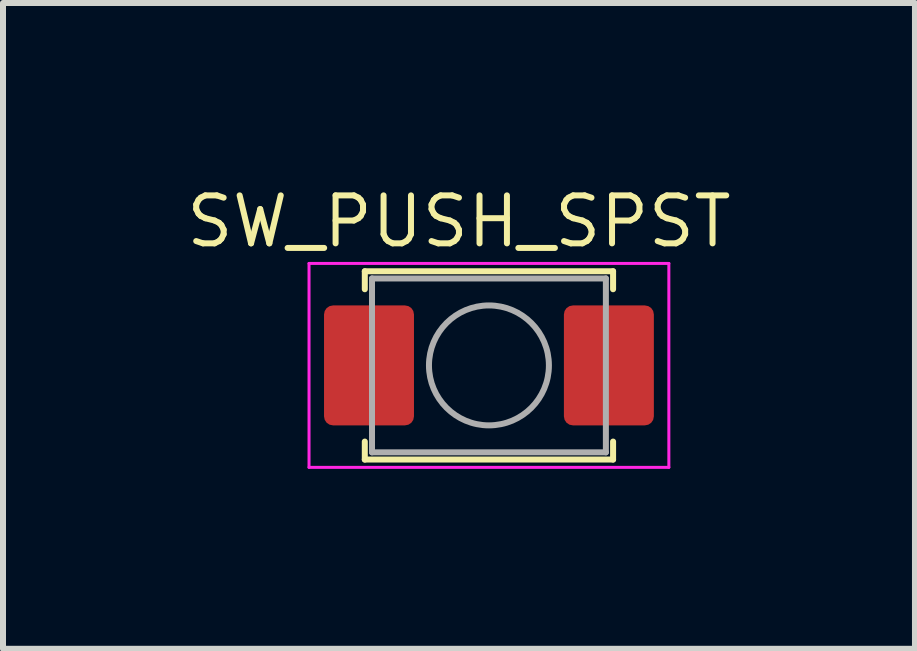
<source format=kicad_pcb>
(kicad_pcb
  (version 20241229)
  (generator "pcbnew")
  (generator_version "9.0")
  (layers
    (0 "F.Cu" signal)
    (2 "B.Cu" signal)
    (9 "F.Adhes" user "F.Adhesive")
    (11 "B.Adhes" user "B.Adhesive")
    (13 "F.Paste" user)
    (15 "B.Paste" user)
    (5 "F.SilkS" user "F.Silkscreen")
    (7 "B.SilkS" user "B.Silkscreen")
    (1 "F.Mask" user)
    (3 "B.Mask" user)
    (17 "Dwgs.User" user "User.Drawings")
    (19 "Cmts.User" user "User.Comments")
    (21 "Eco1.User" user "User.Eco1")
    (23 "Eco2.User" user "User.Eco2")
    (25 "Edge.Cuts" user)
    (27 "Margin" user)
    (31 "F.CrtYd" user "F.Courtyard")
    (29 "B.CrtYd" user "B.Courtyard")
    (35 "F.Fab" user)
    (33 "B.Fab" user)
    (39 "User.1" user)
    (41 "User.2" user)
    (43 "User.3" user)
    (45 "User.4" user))
  (footprint "SW_PUSH_SPST"
    (layer "F.Cu")
    (at 5.103 3.043)
    (property "Reference" "SW_PUSH_SPST" (at -0.5 -2.4 0) (unlocked yes) (layer "F.SilkS") (effects (font (size 0.8 0.8) (thickness 0.1))))
    (attr smd)
    (fp_line (start -2.07 -1.57) (end 2.07 -1.57) (stroke (width 0.1) (type solid)) (layer "F.SilkS"))
    (fp_line (start -2.07 -1.27) (end -2.07 -1.57) (stroke (width 0.1) (type solid)) (layer "F.SilkS"))
    (fp_line (start -2.07 1.57) (end -2.07 1.27) (stroke (width 0.1) (type solid)) (layer "F.SilkS"))
    (fp_line (start 2.07 -1.57) (end 2.07 -1.27) (stroke (width 0.1) (type solid)) (layer "F.SilkS"))
    (fp_line (start 2.07 1.27) (end 2.07 1.57) (stroke (width 0.1) (type solid)) (layer "F.SilkS"))
    (fp_line (start 2.07 1.57) (end -2.07 1.57) (stroke (width 0.1) (type solid)) (layer "F.SilkS"))
    (fp_line (start -3 -1.7) (end 3 -1.7) (stroke (width 0.05) (type solid)) (layer "F.CrtYd"))
    (fp_line (start -3 1.7) (end -3 -1.7) (stroke (width 0.05) (type solid)) (layer "F.CrtYd"))
    (fp_line (start 3 -1.7) (end 3 1.7) (stroke (width 0.05) (type solid)) (layer "F.CrtYd"))
    (fp_line (start 3 1.7) (end -3 1.7) (stroke (width 0.05) (type solid)) (layer "F.CrtYd"))
    (fp_line (start -1.95 -1.45) (end 1.95 -1.45) (stroke (width 0.1) (type solid)) (layer "F.Fab"))
    (fp_line (start -1.95 1.45) (end -1.95 -1.45) (stroke (width 0.1) (type solid)) (layer "F.Fab"))
    (fp_line (start 1.95 -1.45) (end 1.95 1.45) (stroke (width 0.1) (type solid)) (layer "F.Fab"))
    (fp_line (start 1.95 1.45) (end -1.95 1.45) (stroke (width 0.1) (type solid)) (layer "F.Fab"))
    (fp_circle (center 0 0) (end 1 0) (stroke (width 0.1) (type solid)) (fill no) (layer "F.Fab"))
    (pad "1" smd roundrect (at -2 0) (size 1.5 2) (layers "F.Cu" "F.Mask" "F.Paste") (roundrect_rratio 0.1))
    (pad "2" smd roundrect (at 2 0) (size 1.5 2) (layers "F.Cu" "F.Mask" "F.Paste") (roundrect_rratio 0.1)))
  (gr_rect
    (start -3 -3)
    (end 12.207 7.769)
    (stroke (width 0.1) (type default))
    (fill no)
    (layer "Edge.Cuts")))
</source>
